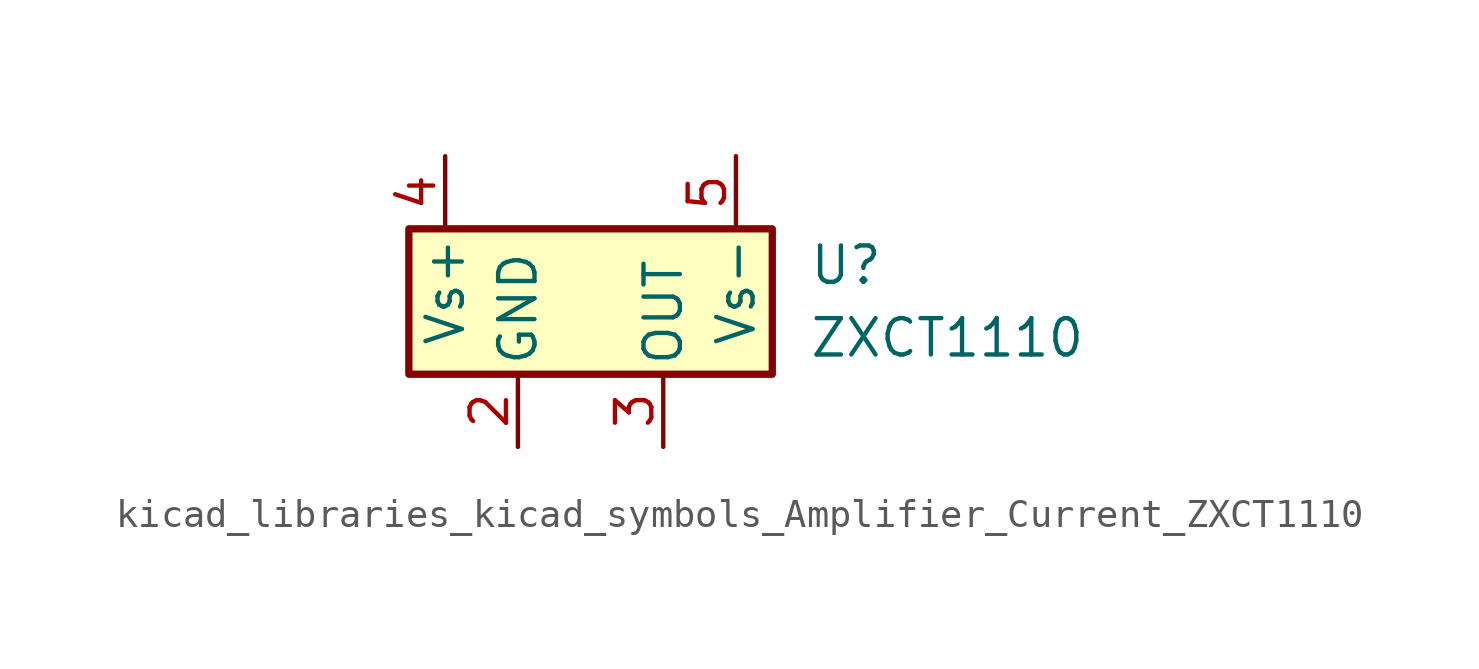
<source format=kicad_sym>
(kicad_symbol_lib
  (version 20220914)
  (generator kicad_symbol_editor)
  (symbol "kicad_libraries_kicad_symbols_Amplifier_Current_ZXCT1110"
    (pin_names
      (offset 0.254))
    (property "Reference" "U"
      (at 7.62 1.27 0)
      (effects (font (size 1.27 1.27)) (justify left)))
    (property "Value" "ZXCT1110"
      (at 7.62 -1.27 0)
      (effects (font (size 1.27 1.27)) (justify left)))
    (symbol "kicad_libraries_kicad_symbols_Amplifier_Current_ZXCT1110_0_1"
      (rectangle (start -6.35 2.54) (end 6.35 -2.54) (stroke (width 0.254) (type default)) (fill (type background))))
    (symbol "kicad_libraries_kicad_symbols_Amplifier_Current_ZXCT1110_1_1"
      (pin no_connect line (at 0 2.54 270) (length 2.54) hide (name "NC" (effects (font (size 1.27 1.27)))) (number "1" (effects (font (size 1.27 1.27)))))
      (pin power_in line (at -2.54 -5.08 90) (length 2.54) (name "GND" (effects (font (size 1.27 1.27)))) (number "2" (effects (font (size 1.27 1.27)))))
      (pin output line (at 2.54 -5.08 90) (length 2.54) (name "OUT" (effects (font (size 1.27 1.27)))) (number "3" (effects (font (size 1.27 1.27)))))
      (pin input line (at -5.08 5.08 270) (length 2.54) (name "Vs+" (effects (font (size 1.27 1.27)))) (number "4" (effects (font (size 1.27 1.27)))))
      (pin input line (at 5.08 5.08 270) (length 2.54) (name "Vs-" (effects (font (size 1.27 1.27)))) (number "5" (effects (font (size 1.27 1.27))))))))
</source>
